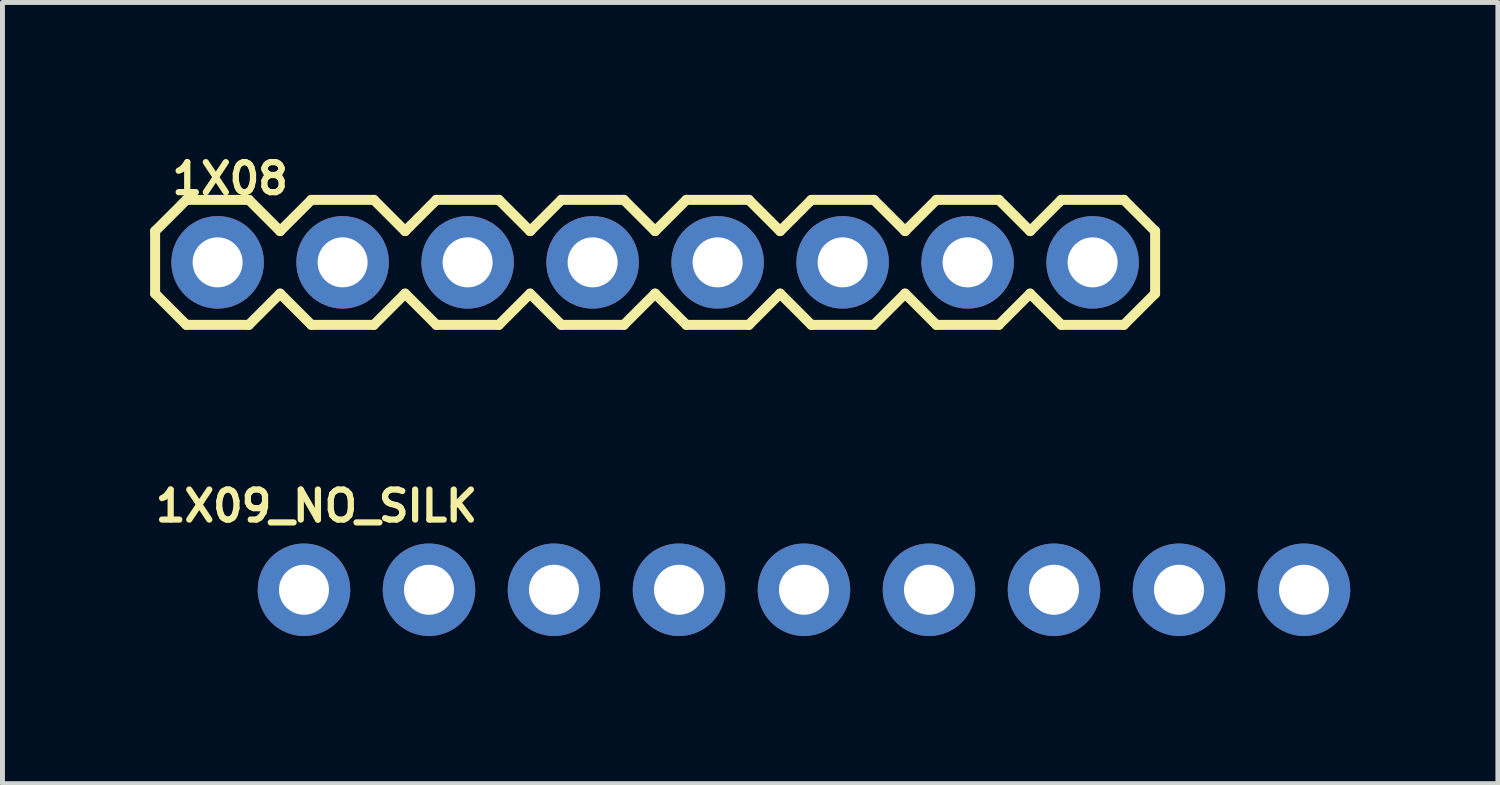
<source format=kicad_pcb>
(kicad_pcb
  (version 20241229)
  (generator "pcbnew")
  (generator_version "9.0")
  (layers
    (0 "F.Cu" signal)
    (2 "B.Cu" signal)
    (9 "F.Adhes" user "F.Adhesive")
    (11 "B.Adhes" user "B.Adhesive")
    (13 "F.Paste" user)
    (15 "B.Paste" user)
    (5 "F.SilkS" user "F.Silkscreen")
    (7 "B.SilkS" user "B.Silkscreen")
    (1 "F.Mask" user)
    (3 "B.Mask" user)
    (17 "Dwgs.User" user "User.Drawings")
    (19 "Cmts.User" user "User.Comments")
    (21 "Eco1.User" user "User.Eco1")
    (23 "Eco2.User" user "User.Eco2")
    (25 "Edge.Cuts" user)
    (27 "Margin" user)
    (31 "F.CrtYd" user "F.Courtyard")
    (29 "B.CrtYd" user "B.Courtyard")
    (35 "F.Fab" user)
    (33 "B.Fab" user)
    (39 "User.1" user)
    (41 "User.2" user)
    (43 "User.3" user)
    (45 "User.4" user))
  (footprint "1X08"
    (layer "F.Cu")
    (at 1.372 2.281)
    (property "Reference" "1X08" (at 0.254 -1.702 0) (layer "F.SilkS") (effects (font (size 0.61 0.61) (thickness 0.127))))
    (attr exclude_from_pos_files exclude_from_bom)
    (fp_line (start -1.27 -0.635) (end -1.27 0.635) (stroke (width 0.203) (type solid)) (layer "F.SilkS"))
    (fp_line (start -1.27 0.635) (end -0.635 1.27) (stroke (width 0.203) (type solid)) (layer "F.SilkS"))
    (fp_line (start -0.635 -1.27) (end -1.27 -0.635) (stroke (width 0.203) (type solid)) (layer "F.SilkS"))
    (fp_line (start -0.635 -1.27) (end 0.635 -1.27) (stroke (width 0.203) (type solid)) (layer "F.SilkS"))
    (fp_line (start 0.635 -1.27) (end 1.27 -0.635) (stroke (width 0.203) (type solid)) (layer "F.SilkS"))
    (fp_line (start 0.635 1.27) (end -0.635 1.27) (stroke (width 0.203) (type solid)) (layer "F.SilkS"))
    (fp_line (start 1.27 -0.635) (end 1.905 -1.27) (stroke (width 0.203) (type solid)) (layer "F.SilkS"))
    (fp_line (start 1.27 0.635) (end 0.635 1.27) (stroke (width 0.203) (type solid)) (layer "F.SilkS"))
    (fp_line (start 1.905 -1.27) (end 3.175 -1.27) (stroke (width 0.203) (type solid)) (layer "F.SilkS"))
    (fp_line (start 1.905 1.27) (end 1.27 0.635) (stroke (width 0.203) (type solid)) (layer "F.SilkS"))
    (fp_line (start 3.175 -1.27) (end 3.81 -0.635) (stroke (width 0.203) (type solid)) (layer "F.SilkS"))
    (fp_line (start 3.175 1.27) (end 1.905 1.27) (stroke (width 0.203) (type solid)) (layer "F.SilkS"))
    (fp_line (start 3.81 -0.635) (end 4.445 -1.27) (stroke (width 0.203) (type solid)) (layer "F.SilkS"))
    (fp_line (start 3.81 0.635) (end 3.175 1.27) (stroke (width 0.203) (type solid)) (layer "F.SilkS"))
    (fp_line (start 4.445 -1.27) (end 5.715 -1.27) (stroke (width 0.203) (type solid)) (layer "F.SilkS"))
    (fp_line (start 4.445 1.27) (end 3.81 0.635) (stroke (width 0.203) (type solid)) (layer "F.SilkS"))
    (fp_line (start 5.715 -1.27) (end 6.35 -0.635) (stroke (width 0.203) (type solid)) (layer "F.SilkS"))
    (fp_line (start 5.715 1.27) (end 4.445 1.27) (stroke (width 0.203) (type solid)) (layer "F.SilkS"))
    (fp_line (start 6.35 0.635) (end 5.715 1.27) (stroke (width 0.203) (type solid)) (layer "F.SilkS"))
    (fp_line (start 6.35 0.635) (end 6.985 1.27) (stroke (width 0.203) (type solid)) (layer "F.SilkS"))
    (fp_line (start 6.985 -1.27) (end 6.35 -0.635) (stroke (width 0.203) (type solid)) (layer "F.SilkS"))
    (fp_line (start 6.985 -1.27) (end 8.255 -1.27) (stroke (width 0.203) (type solid)) (layer "F.SilkS"))
    (fp_line (start 8.255 -1.27) (end 8.89 -0.635) (stroke (width 0.203) (type solid)) (layer "F.SilkS"))
    (fp_line (start 8.255 1.27) (end 6.985 1.27) (stroke (width 0.203) (type solid)) (layer "F.SilkS"))
    (fp_line (start 8.89 -0.635) (end 9.525 -1.27) (stroke (width 0.203) (type solid)) (layer "F.SilkS"))
    (fp_line (start 8.89 0.635) (end 8.255 1.27) (stroke (width 0.203) (type solid)) (layer "F.SilkS"))
    (fp_line (start 9.525 -1.27) (end 10.795 -1.27) (stroke (width 0.203) (type solid)) (layer "F.SilkS"))
    (fp_line (start 9.525 1.27) (end 8.89 0.635) (stroke (width 0.203) (type solid)) (layer "F.SilkS"))
    (fp_line (start 10.795 -1.27) (end 11.43 -0.635) (stroke (width 0.203) (type solid)) (layer "F.SilkS"))
    (fp_line (start 10.795 1.27) (end 9.525 1.27) (stroke (width 0.203) (type solid)) (layer "F.SilkS"))
    (fp_line (start 11.43 -0.635) (end 12.065 -1.27) (stroke (width 0.203) (type solid)) (layer "F.SilkS"))
    (fp_line (start 11.43 0.635) (end 10.795 1.27) (stroke (width 0.203) (type solid)) (layer "F.SilkS"))
    (fp_line (start 12.065 -1.27) (end 13.335 -1.27) (stroke (width 0.203) (type solid)) (layer "F.SilkS"))
    (fp_line (start 12.065 1.27) (end 11.43 0.635) (stroke (width 0.203) (type solid)) (layer "F.SilkS"))
    (fp_line (start 13.335 -1.27) (end 13.97 -0.635) (stroke (width 0.203) (type solid)) (layer "F.SilkS"))
    (fp_line (start 13.335 1.27) (end 12.065 1.27) (stroke (width 0.203) (type solid)) (layer "F.SilkS"))
    (fp_line (start 13.97 0.635) (end 13.335 1.27) (stroke (width 0.203) (type solid)) (layer "F.SilkS"))
    (fp_line (start 13.97 0.635) (end 14.605 1.27) (stroke (width 0.203) (type solid)) (layer "F.SilkS"))
    (fp_line (start 14.605 -1.27) (end 13.97 -0.635) (stroke (width 0.203) (type solid)) (layer "F.SilkS"))
    (fp_line (start 14.605 -1.27) (end 15.875 -1.27) (stroke (width 0.203) (type solid)) (layer "F.SilkS"))
    (fp_line (start 15.875 -1.27) (end 16.51 -0.635) (stroke (width 0.203) (type solid)) (layer "F.SilkS"))
    (fp_line (start 15.875 1.27) (end 14.605 1.27) (stroke (width 0.203) (type solid)) (layer "F.SilkS"))
    (fp_line (start 16.51 0.635) (end 15.875 1.27) (stroke (width 0.203) (type solid)) (layer "F.SilkS"))
    (fp_line (start 16.51 0.635) (end 17.145 1.27) (stroke (width 0.203) (type solid)) (layer "F.SilkS"))
    (fp_line (start 17.145 -1.27) (end 16.51 -0.635) (stroke (width 0.203) (type solid)) (layer "F.SilkS"))
    (fp_line (start 17.145 -1.27) (end 18.415 -1.27) (stroke (width 0.203) (type solid)) (layer "F.SilkS"))
    (fp_line (start 18.415 -1.27) (end 19.05 -0.635) (stroke (width 0.203) (type solid)) (layer "F.SilkS"))
    (fp_line (start 18.415 1.27) (end 17.145 1.27) (stroke (width 0.203) (type solid)) (layer "F.SilkS"))
    (fp_line (start 19.05 -0.635) (end 19.05 0.635) (stroke (width 0.203) (type solid)) (layer "F.SilkS"))
    (fp_line (start 19.05 0.635) (end 18.415 1.27) (stroke (width 0.203) (type solid)) (layer "F.SilkS"))
    (fp_line (start -0.254 -0.254) (end 0.254 -0.254) (stroke (width 0.066) (type solid)) (layer "Dwgs.User"))
    (fp_line (start -0.254 0.254) (end -0.254 -0.254) (stroke (width 0.066) (type solid)) (layer "Dwgs.User"))
    (fp_line (start -0.254 0.254) (end 0.254 0.254) (stroke (width 0.066) (type solid)) (layer "Dwgs.User"))
    (fp_line (start 0.254 0.254) (end 0.254 -0.254) (stroke (width 0.066) (type solid)) (layer "Dwgs.User"))
    (fp_line (start 2.286 -0.254) (end 2.794 -0.254) (stroke (width 0.066) (type solid)) (layer "Dwgs.User"))
    (fp_line (start 2.286 0.254) (end 2.286 -0.254) (stroke (width 0.066) (type solid)) (layer "Dwgs.User"))
    (fp_line (start 2.286 0.254) (end 2.794 0.254) (stroke (width 0.066) (type solid)) (layer "Dwgs.User"))
    (fp_line (start 2.794 0.254) (end 2.794 -0.254) (stroke (width 0.066) (type solid)) (layer "Dwgs.User"))
    (fp_line (start 4.826 -0.254) (end 5.334 -0.254) (stroke (width 0.066) (type solid)) (layer "Dwgs.User"))
    (fp_line (start 4.826 0.254) (end 4.826 -0.254) (stroke (width 0.066) (type solid)) (layer "Dwgs.User"))
    (fp_line (start 4.826 0.254) (end 5.334 0.254) (stroke (width 0.066) (type solid)) (layer "Dwgs.User"))
    (fp_line (start 5.334 0.254) (end 5.334 -0.254) (stroke (width 0.066) (type solid)) (layer "Dwgs.User"))
    (fp_line (start 7.366 -0.254) (end 7.874 -0.254) (stroke (width 0.066) (type solid)) (layer "Dwgs.User"))
    (fp_line (start 7.366 0.254) (end 7.366 -0.254) (stroke (width 0.066) (type solid)) (layer "Dwgs.User"))
    (fp_line (start 7.366 0.254) (end 7.874 0.254) (stroke (width 0.066) (type solid)) (layer "Dwgs.User"))
    (fp_line (start 7.874 0.254) (end 7.874 -0.254) (stroke (width 0.066) (type solid)) (layer "Dwgs.User"))
    (fp_line (start 9.906 -0.254) (end 10.414 -0.254) (stroke (width 0.066) (type solid)) (layer "Dwgs.User"))
    (fp_line (start 9.906 0.254) (end 9.906 -0.254) (stroke (width 0.066) (type solid)) (layer "Dwgs.User"))
    (fp_line (start 9.906 0.254) (end 10.414 0.254) (stroke (width 0.066) (type solid)) (layer "Dwgs.User"))
    (fp_line (start 10.414 0.254) (end 10.414 -0.254) (stroke (width 0.066) (type solid)) (layer "Dwgs.User"))
    (fp_line (start 12.446 -0.254) (end 12.954 -0.254) (stroke (width 0.066) (type solid)) (layer "Dwgs.User"))
    (fp_line (start 12.446 0.254) (end 12.446 -0.254) (stroke (width 0.066) (type solid)) (layer "Dwgs.User"))
    (fp_line (start 12.446 0.254) (end 12.954 0.254) (stroke (width 0.066) (type solid)) (layer "Dwgs.User"))
    (fp_line (start 12.954 0.254) (end 12.954 -0.254) (stroke (width 0.066) (type solid)) (layer "Dwgs.User"))
    (fp_line (start 14.986 -0.254) (end 15.494 -0.254) (stroke (width 0.066) (type solid)) (layer "Dwgs.User"))
    (fp_line (start 14.986 0.254) (end 14.986 -0.254) (stroke (width 0.066) (type solid)) (layer "Dwgs.User"))
    (fp_line (start 14.986 0.254) (end 15.494 0.254) (stroke (width 0.066) (type solid)) (layer "Dwgs.User"))
    (fp_line (start 15.494 0.254) (end 15.494 -0.254) (stroke (width 0.066) (type solid)) (layer "Dwgs.User"))
    (fp_line (start 17.523 -0.254) (end 18.034 -0.254) (stroke (width 0.066) (type solid)) (layer "Dwgs.User"))
    (fp_line (start 17.523 0.254) (end 17.523 -0.254) (stroke (width 0.066) (type solid)) (layer "Dwgs.User"))
    (fp_line (start 17.523 0.254) (end 18.034 0.254) (stroke (width 0.066) (type solid)) (layer "Dwgs.User"))
    (fp_line (start 18.034 0.254) (end 18.034 -0.254) (stroke (width 0.066) (type solid)) (layer "Dwgs.User"))
    (pad "1" thru_hole circle (at 0 0) (size 1.88 1.88) (drill 1.016) (layers "*.Cu" "*.Paste" "*.Mask"))
    (pad "2" thru_hole circle (at 2.54 0) (size 1.88 1.88) (drill 1.016) (layers "*.Cu" "*.Paste" "*.Mask"))
    (pad "3" thru_hole circle (at 5.08 0) (size 1.88 1.88) (drill 1.016) (layers "*.Cu" "*.Paste" "*.Mask"))
    (pad "4" thru_hole circle (at 7.62 0) (size 1.88 1.88) (drill 1.016) (layers "*.Cu" "*.Paste" "*.Mask"))
    (pad "5" thru_hole circle (at 10.16 0) (size 1.88 1.88) (drill 1.016) (layers "*.Cu" "*.Paste" "*.Mask"))
    (pad "6" thru_hole circle (at 12.7 0) (size 1.88 1.88) (drill 1.016) (layers "*.Cu" "*.Paste" "*.Mask"))
    (pad "7" thru_hole circle (at 15.24 0) (size 1.88 1.88) (drill 1.016) (layers "*.Cu" "*.Paste" "*.Mask"))
    (pad "8" thru_hole circle (at 17.78 0) (size 1.88 1.88) (drill 1.016) (layers "*.Cu" "*.Paste" "*.Mask")))
  (footprint "1X09_NO_SILK"
    (layer "F.Cu")
    (at 3.127 8.934)
    (property "Reference" "1X09_NO_SILK" (at 0.254 -1.702 0) (layer "F.SilkS") (effects (font (size 0.61 0.61) (thickness 0.127))))
    (attr exclude_from_pos_files exclude_from_bom)
    (fp_line (start -0.254 -0.254) (end 0.254 -0.254) (stroke (width 0.066) (type solid)) (layer "Dwgs.User"))
    (fp_line (start -0.254 0.254) (end -0.254 -0.254) (stroke (width 0.066) (type solid)) (layer "Dwgs.User"))
    (fp_line (start -0.254 0.254) (end 0.254 0.254) (stroke (width 0.066) (type solid)) (layer "Dwgs.User"))
    (fp_line (start 0.254 0.254) (end 0.254 -0.254) (stroke (width 0.066) (type solid)) (layer "Dwgs.User"))
    (fp_line (start 2.286 -0.254) (end 2.794 -0.254) (stroke (width 0.066) (type solid)) (layer "Dwgs.User"))
    (fp_line (start 2.286 0.254) (end 2.286 -0.254) (stroke (width 0.066) (type solid)) (layer "Dwgs.User"))
    (fp_line (start 2.286 0.254) (end 2.794 0.254) (stroke (width 0.066) (type solid)) (layer "Dwgs.User"))
    (fp_line (start 2.794 0.254) (end 2.794 -0.254) (stroke (width 0.066) (type solid)) (layer "Dwgs.User"))
    (fp_line (start 4.826 -0.254) (end 5.334 -0.254) (stroke (width 0.066) (type solid)) (layer "Dwgs.User"))
    (fp_line (start 4.826 0.254) (end 4.826 -0.254) (stroke (width 0.066) (type solid)) (layer "Dwgs.User"))
    (fp_line (start 4.826 0.254) (end 5.334 0.254) (stroke (width 0.066) (type solid)) (layer "Dwgs.User"))
    (fp_line (start 5.334 0.254) (end 5.334 -0.254) (stroke (width 0.066) (type solid)) (layer "Dwgs.User"))
    (fp_line (start 7.366 -0.254) (end 7.874 -0.254) (stroke (width 0.066) (type solid)) (layer "Dwgs.User"))
    (fp_line (start 7.366 0.254) (end 7.366 -0.254) (stroke (width 0.066) (type solid)) (layer "Dwgs.User"))
    (fp_line (start 7.366 0.254) (end 7.874 0.254) (stroke (width 0.066) (type solid)) (layer "Dwgs.User"))
    (fp_line (start 7.874 0.254) (end 7.874 -0.254) (stroke (width 0.066) (type solid)) (layer "Dwgs.User"))
    (fp_line (start 9.906 -0.254) (end 10.414 -0.254) (stroke (width 0.066) (type solid)) (layer "Dwgs.User"))
    (fp_line (start 9.906 0.254) (end 9.906 -0.254) (stroke (width 0.066) (type solid)) (layer "Dwgs.User"))
    (fp_line (start 9.906 0.254) (end 10.414 0.254) (stroke (width 0.066) (type solid)) (layer "Dwgs.User"))
    (fp_line (start 10.414 0.254) (end 10.414 -0.254) (stroke (width 0.066) (type solid)) (layer "Dwgs.User"))
    (fp_line (start 12.446 -0.254) (end 12.954 -0.254) (stroke (width 0.066) (type solid)) (layer "Dwgs.User"))
    (fp_line (start 12.446 0.254) (end 12.446 -0.254) (stroke (width 0.066) (type solid)) (layer "Dwgs.User"))
    (fp_line (start 12.446 0.254) (end 12.954 0.254) (stroke (width 0.066) (type solid)) (layer "Dwgs.User"))
    (fp_line (start 12.954 0.254) (end 12.954 -0.254) (stroke (width 0.066) (type solid)) (layer "Dwgs.User"))
    (fp_line (start 14.986 -0.254) (end 15.494 -0.254) (stroke (width 0.066) (type solid)) (layer "Dwgs.User"))
    (fp_line (start 14.986 0.254) (end 14.986 -0.254) (stroke (width 0.066) (type solid)) (layer "Dwgs.User"))
    (fp_line (start 14.986 0.254) (end 15.494 0.254) (stroke (width 0.066) (type solid)) (layer "Dwgs.User"))
    (fp_line (start 15.494 0.254) (end 15.494 -0.254) (stroke (width 0.066) (type solid)) (layer "Dwgs.User"))
    (fp_line (start 17.523 -0.254) (end 18.034 -0.254) (stroke (width 0.066) (type solid)) (layer "Dwgs.User"))
    (fp_line (start 17.523 0.254) (end 17.523 -0.254) (stroke (width 0.066) (type solid)) (layer "Dwgs.User"))
    (fp_line (start 17.523 0.254) (end 18.034 0.254) (stroke (width 0.066) (type solid)) (layer "Dwgs.User"))
    (fp_line (start 18.034 0.254) (end 18.034 -0.254) (stroke (width 0.066) (type solid)) (layer "Dwgs.User"))
    (fp_line (start 20.066 -0.254) (end 20.574 -0.254) (stroke (width 0.066) (type solid)) (layer "Dwgs.User"))
    (fp_line (start 20.066 0.254) (end 20.066 -0.254) (stroke (width 0.066) (type solid)) (layer "Dwgs.User"))
    (fp_line (start 20.066 0.254) (end 20.574 0.254) (stroke (width 0.066) (type solid)) (layer "Dwgs.User"))
    (fp_line (start 20.574 0.254) (end 20.574 -0.254) (stroke (width 0.066) (type solid)) (layer "Dwgs.User"))
    (pad "1" thru_hole circle (at 0 0) (size 1.88 1.88) (drill 1.016) (layers "*.Cu" "*.Paste" "*.Mask"))
    (pad "2" thru_hole circle (at 2.54 0) (size 1.88 1.88) (drill 1.016) (layers "*.Cu" "*.Paste" "*.Mask"))
    (pad "3" thru_hole circle (at 5.08 0) (size 1.88 1.88) (drill 1.016) (layers "*.Cu" "*.Paste" "*.Mask"))
    (pad "4" thru_hole circle (at 7.62 0) (size 1.88 1.88) (drill 1.016) (layers "*.Cu" "*.Paste" "*.Mask"))
    (pad "5" thru_hole circle (at 10.16 0) (size 1.88 1.88) (drill 1.016) (layers "*.Cu" "*.Paste" "*.Mask"))
    (pad "6" thru_hole circle (at 12.7 0) (size 1.88 1.88) (drill 1.016) (layers "*.Cu" "*.Paste" "*.Mask"))
    (pad "7" thru_hole circle (at 15.24 0) (size 1.88 1.88) (drill 1.016) (layers "*.Cu" "*.Paste" "*.Mask"))
    (pad "8" thru_hole circle (at 17.78 0) (size 1.88 1.88) (drill 1.016) (layers "*.Cu" "*.Paste" "*.Mask"))
    (pad "9" thru_hole circle (at 20.32 0) (size 1.88 1.88) (drill 1.016) (layers "*.Cu" "*.Paste" "*.Mask")))
  (gr_rect
    (start -3 -3)
    (end 27.387 12.874)
    (stroke (width 0.1) (type default))
    (fill no)
    (layer "Edge.Cuts")))
</source>
